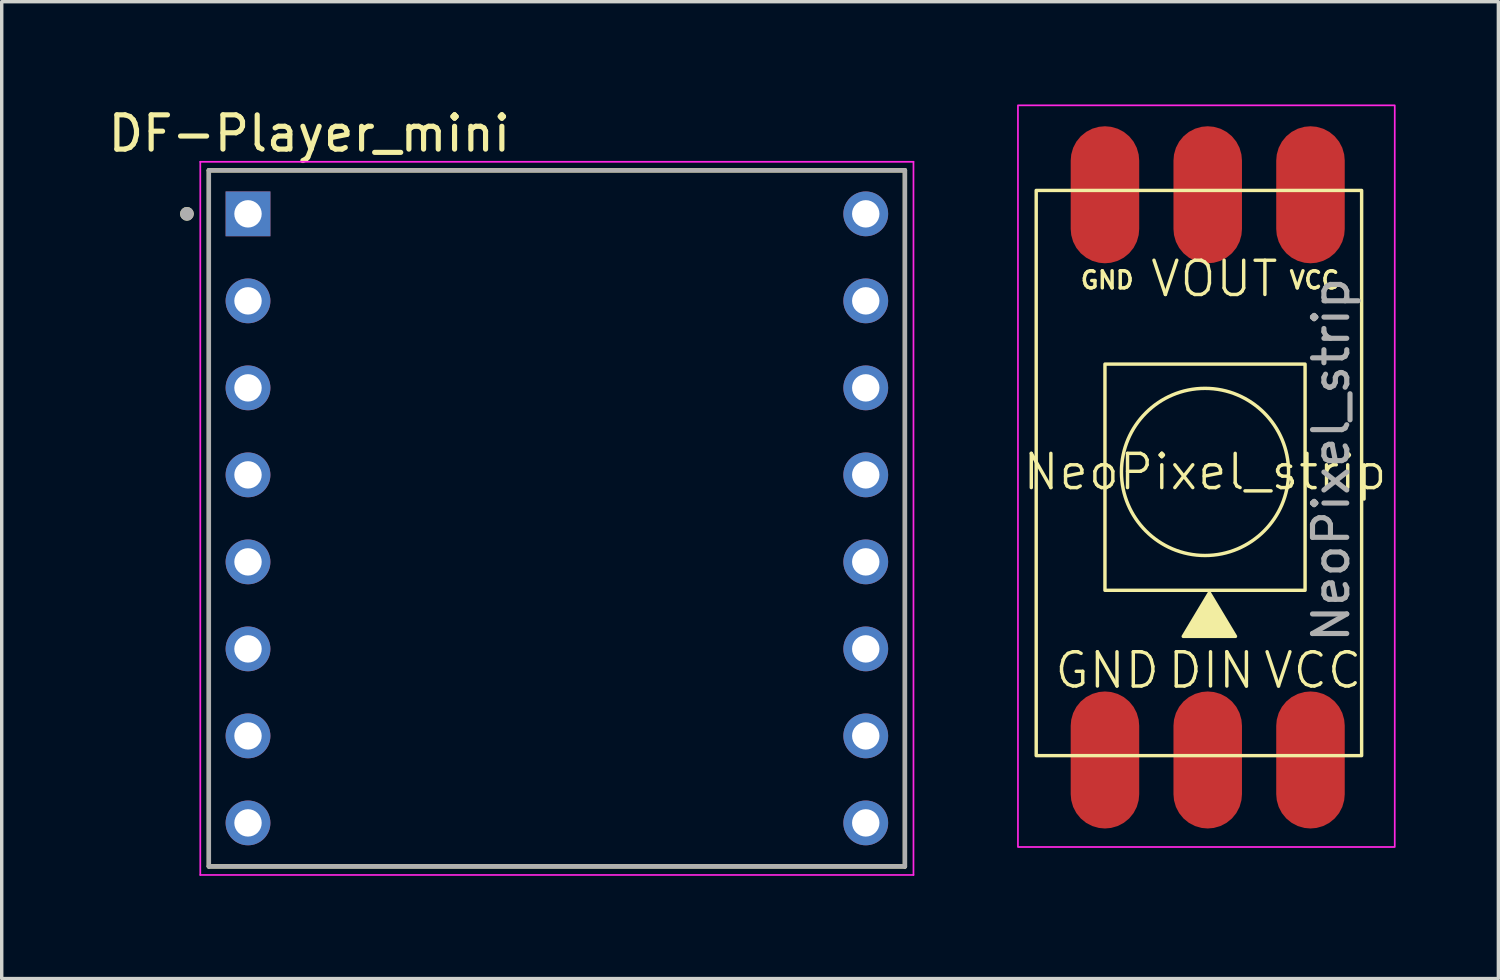
<source format=kicad_pcb>
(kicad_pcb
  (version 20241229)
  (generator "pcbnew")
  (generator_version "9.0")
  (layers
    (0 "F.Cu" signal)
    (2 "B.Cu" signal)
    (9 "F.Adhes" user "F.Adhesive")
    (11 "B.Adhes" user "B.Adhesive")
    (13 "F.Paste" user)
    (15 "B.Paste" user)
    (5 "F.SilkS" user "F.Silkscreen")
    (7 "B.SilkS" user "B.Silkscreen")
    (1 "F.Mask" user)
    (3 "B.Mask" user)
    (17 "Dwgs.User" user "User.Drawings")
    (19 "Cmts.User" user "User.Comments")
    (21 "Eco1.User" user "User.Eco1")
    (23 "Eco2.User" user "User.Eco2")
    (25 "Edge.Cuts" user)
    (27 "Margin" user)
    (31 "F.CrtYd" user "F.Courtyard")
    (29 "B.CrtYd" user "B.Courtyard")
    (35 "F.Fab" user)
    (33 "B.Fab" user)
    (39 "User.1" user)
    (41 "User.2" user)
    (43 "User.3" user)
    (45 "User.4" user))
  (footprint "DF-Player_mini"
    (layer "F.Cu")
    (at 13.207 12.083)
    (property "Reference" "DF-Player_mini" (at -7.225 -11.235 0) (layer "F.SilkS") (effects (font (size 1 1) (thickness 0.15))))
    (attr through_hole)
    (fp_line (start -10.16 -10.16) (end 10.16 -10.16) (stroke (width 0.127) (type solid)) (layer "F.SilkS"))
    (fp_line (start -10.16 10.16) (end -10.16 -10.16) (stroke (width 0.127) (type solid)) (layer "F.SilkS"))
    (fp_line (start 10.16 -10.16) (end 10.16 10.16) (stroke (width 0.127) (type solid)) (layer "F.SilkS"))
    (fp_line (start 10.16 10.16) (end -10.16 10.16) (stroke (width 0.127) (type solid)) (layer "F.SilkS"))
    (fp_circle (center -10.8 -8.89) (end -10.7 -8.89) (stroke (width 0.2) (type solid)) (fill no) (layer "F.SilkS"))
    (fp_line (start -10.41 -10.41) (end 10.41 -10.41) (stroke (width 0.05) (type solid)) (layer "F.CrtYd"))
    (fp_line (start -10.41 10.41) (end -10.41 -10.41) (stroke (width 0.05) (type solid)) (layer "F.CrtYd"))
    (fp_line (start 10.41 -10.41) (end 10.41 10.41) (stroke (width 0.05) (type solid)) (layer "F.CrtYd"))
    (fp_line (start 10.41 10.41) (end -10.41 10.41) (stroke (width 0.05) (type solid)) (layer "F.CrtYd"))
    (fp_line (start -10.16 -10.16) (end 10.16 -10.16) (stroke (width 0.127) (type solid)) (layer "F.Fab"))
    (fp_line (start -10.16 10.16) (end -10.16 -10.16) (stroke (width 0.127) (type solid)) (layer "F.Fab"))
    (fp_line (start 10.16 -10.16) (end 10.16 10.16) (stroke (width 0.127) (type solid)) (layer "F.Fab"))
    (fp_line (start 10.16 10.16) (end -10.16 10.16) (stroke (width 0.127) (type solid)) (layer "F.Fab"))
    (fp_circle (center -10.8 -8.89) (end -10.7 -8.89) (stroke (width 0.2) (type solid)) (fill no) (layer "F.Fab"))
    (pad "1" thru_hole rect (at -9.017 -8.89) (size 1.308 1.308) (drill 0.8) (layers "*.Cu" "*.Mask"))
    (pad "2" thru_hole circle (at -9.017 -6.35) (size 1.308 1.308) (drill 0.8) (layers "*.Cu" "*.Mask"))
    (pad "3" thru_hole circle (at -9.017 -3.81) (size 1.308 1.308) (drill 0.8) (layers "*.Cu" "*.Mask"))
    (pad "4" thru_hole circle (at -9.017 -1.27) (size 1.308 1.308) (drill 0.8) (layers "*.Cu" "*.Mask"))
    (pad "5" thru_hole circle (at -9.017 1.27) (size 1.308 1.308) (drill 0.8) (layers "*.Cu" "*.Mask"))
    (pad "6" thru_hole circle (at -9.017 3.81) (size 1.308 1.308) (drill 0.8) (layers "*.Cu" "*.Mask"))
    (pad "7" thru_hole circle (at -9.017 6.35) (size 1.308 1.308) (drill 0.8) (layers "*.Cu" "*.Mask"))
    (pad "8" thru_hole circle (at -9.017 8.89) (size 1.308 1.308) (drill 0.8) (layers "*.Cu" "*.Mask"))
    (pad "9" thru_hole circle (at 9.017 8.89) (size 1.308 1.308) (drill 0.8) (layers "*.Cu" "*.Mask"))
    (pad "10" thru_hole circle (at 9.017 6.35) (size 1.308 1.308) (drill 0.8) (layers "*.Cu" "*.Mask"))
    (pad "11" thru_hole circle (at 9.017 3.81) (size 1.308 1.308) (drill 0.8) (layers "*.Cu" "*.Mask"))
    (pad "12" thru_hole circle (at 9.017 1.27) (size 1.308 1.308) (drill 0.8) (layers "*.Cu" "*.Mask"))
    (pad "13" thru_hole circle (at 9.017 -1.27) (size 1.308 1.308) (drill 0.8) (layers "*.Cu" "*.Mask"))
    (pad "14" thru_hole circle (at 9.017 -3.81) (size 1.308 1.308) (drill 0.8) (layers "*.Cu" "*.Mask"))
    (pad "15" thru_hole circle (at 9.017 -6.35) (size 1.308 1.308) (drill 0.8) (layers "*.Cu" "*.Mask"))
    (pad "16" thru_hole circle (at 9.017 -8.89) (size 1.308 1.308) (drill 0.8) (layers "*.Cu" "*.Mask")))
  (footprint "NeoPixel_strip"
    (layer "F.Cu")
    (at 33.017 10.246)
    (property "Reference" "NeoPixel_strip" (at -0.889 0.481 0) (unlocked yes) (layer "F.SilkS") (effects (font (size 1 1) (thickness 0.1))))
    (attr smd)
    (fp_rect (start -5.817 -7.737) (end 3.683 8.763) (stroke (width 0.1) (type default)) (fill no) (layer "F.SilkS"))
    (fp_rect (start -3.81 -2.667) (end 2.032 3.937) (stroke (width 0.1) (type default)) (fill no) (layer "F.SilkS"))
    (fp_circle (center -0.889 0.481) (end 0.635 2.386) (stroke (width 0.1) (type default)) (fill no) (layer "F.SilkS"))
    (fp_poly (pts (xy -0.762 4.012) (xy -1.524 5.282) (xy 0 5.282)) (stroke (width 0.1) (type solid)) (fill yes) (layer "F.SilkS"))
    (fp_rect (start -6.35 -10.221) (end 4.65 11.43) (stroke (width 0.05) (type default)) (fill no) (layer "F.CrtYd"))
    (fp_text user "GND" (at -5.334 6.858 0) (unlocked yes) (layer "F.SilkS") (effects (font (size 1 1) (thickness 0.1)) (justify left bottom)))
    (fp_text user "GND" (at -4.572 -4.826 0) (unlocked yes) (layer "F.SilkS") (effects (font (size 0.5 0.5) (thickness 0.1)) (justify left bottom)))
    (fp_text user "VOUT" (at -2.54 -4.572 0) (unlocked yes) (layer "F.SilkS") (effects (font (size 1 1) (thickness 0.1)) (justify left bottom)))
    (fp_text user "VCC" (at 0.762 6.858 0) (unlocked yes) (layer "F.SilkS") (effects (font (size 1 1) (thickness 0.1)) (justify left bottom)))
    (fp_text user "VCC" (at 1.524 -4.826 0) (unlocked yes) (layer "F.SilkS") (effects (font (size 0.5 0.5) (thickness 0.1)) (justify left bottom)))
    (fp_text user "DIN" (at -2.032 6.858 0) (unlocked yes) (layer "F.SilkS") (effects (font (size 1 1) (thickness 0.1)) (justify left bottom)))
    (fp_text user "${REFERENCE}" (at 2.794 0.127 90) (unlocked yes) (layer "F.Fab") (effects (font (size 1 1) (thickness 0.15))))
    (pad "0" smd roundrect (at -3.81 8.89 90) (size 4 2) (layers "F.Cu" "F.Mask" "F.Paste") (roundrect_rratio 0.5))
    (pad "1" smd roundrect (at -0.81 8.89 90) (size 4 2) (layers "F.Cu" "F.Mask" "F.Paste") (roundrect_rratio 0.5))
    (pad "2" smd roundrect (at 2.19 8.89 90) (size 4 2) (layers "F.Cu" "F.Mask" "F.Paste") (roundrect_rratio 0.5))
    (pad "3" smd roundrect (at -3.81 -7.61 90) (size 4 2) (layers "F.Cu" "F.Mask" "F.Paste") (roundrect_rratio 0.5))
    (pad "4" smd roundrect (at -0.81 -7.61 90) (size 4 2) (layers "F.Cu" "F.Mask" "F.Paste") (roundrect_rratio 0.5))
    (pad "5" smd roundrect (at 2.19 -7.61 90) (size 4 2) (layers "F.Cu" "F.Mask" "F.Paste") (roundrect_rratio 0.5)))
  (gr_rect
    (start -3 -3)
    (end 40.692 25.518)
    (stroke (width 0.1) (type default))
    (fill no)
    (layer "Edge.Cuts")))
</source>
